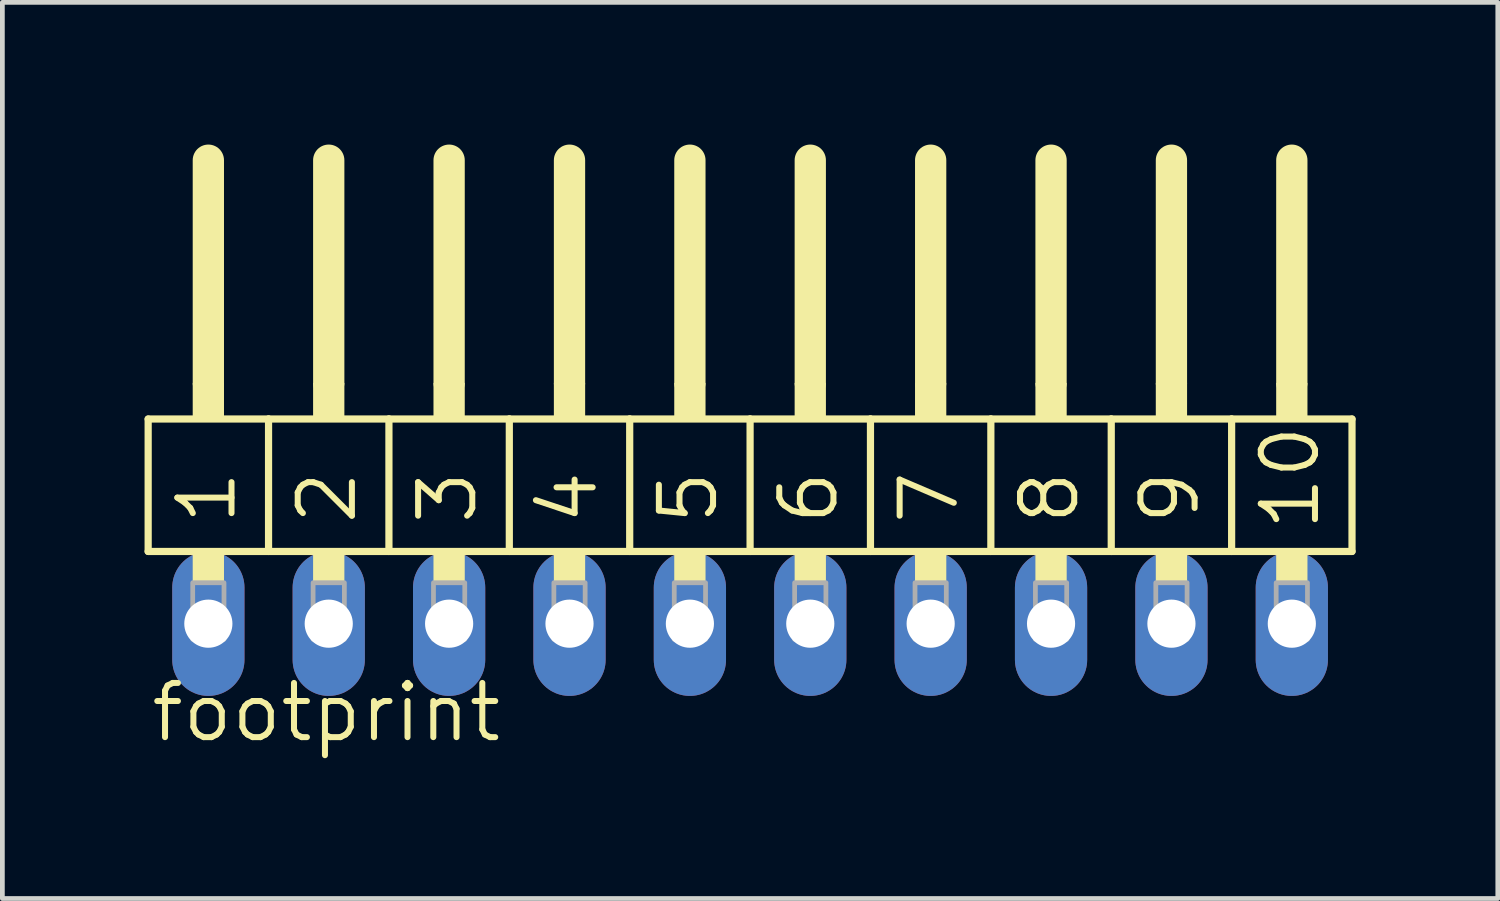
<source format=kicad_pcb>
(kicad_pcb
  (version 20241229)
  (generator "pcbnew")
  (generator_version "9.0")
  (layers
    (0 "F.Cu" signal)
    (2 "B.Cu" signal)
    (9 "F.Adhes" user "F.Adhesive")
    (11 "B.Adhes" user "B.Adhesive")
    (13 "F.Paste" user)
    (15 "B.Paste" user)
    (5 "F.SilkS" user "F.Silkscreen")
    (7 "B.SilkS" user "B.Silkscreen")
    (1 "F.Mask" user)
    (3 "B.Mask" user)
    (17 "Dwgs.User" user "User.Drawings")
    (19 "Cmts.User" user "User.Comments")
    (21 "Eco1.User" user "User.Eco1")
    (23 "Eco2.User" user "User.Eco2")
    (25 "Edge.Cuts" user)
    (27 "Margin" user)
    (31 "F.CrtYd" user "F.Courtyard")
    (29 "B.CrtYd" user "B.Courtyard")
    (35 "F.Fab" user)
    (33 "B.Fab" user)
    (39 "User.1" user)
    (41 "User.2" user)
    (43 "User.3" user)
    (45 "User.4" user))
  (footprint "footprint"
    (layer "F.Cu")
    (at 12.776 10.109)
    (property "Reference" "footprint" (at -12.7 2.54 0) (layer "F.SilkS") (effects (font (size 1.143 1.143) (thickness 0.127)) (justify left bottom)))
    (fp_line (start -12.7 -4.318) (end -10.16 -4.318) (stroke (width 0.152) (type solid)) (layer "F.SilkS"))
    (fp_line (start -12.7 -1.524) (end -12.7 -4.318) (stroke (width 0.152) (type solid)) (layer "F.SilkS"))
    (fp_line (start -11.43 -5.08) (end -11.43 -9.779) (stroke (width 0.66) (type solid)) (layer "F.SilkS"))
    (fp_line (start -10.16 -4.318) (end -7.62 -4.318) (stroke (width 0.152) (type solid)) (layer "F.SilkS"))
    (fp_line (start -10.16 -1.524) (end -12.7 -1.524) (stroke (width 0.152) (type solid)) (layer "F.SilkS"))
    (fp_line (start -10.16 -1.524) (end -10.16 -4.318) (stroke (width 0.152) (type solid)) (layer "F.SilkS"))
    (fp_line (start -10.16 -1.524) (end -7.62 -1.524) (stroke (width 0.152) (type solid)) (layer "F.SilkS"))
    (fp_line (start -8.89 -5.08) (end -8.89 -9.779) (stroke (width 0.66) (type solid)) (layer "F.SilkS"))
    (fp_line (start -7.62 -4.318) (end -5.08 -4.318) (stroke (width 0.152) (type solid)) (layer "F.SilkS"))
    (fp_line (start -7.62 -1.524) (end -7.62 -4.318) (stroke (width 0.152) (type solid)) (layer "F.SilkS"))
    (fp_line (start -6.35 -5.08) (end -6.35 -9.779) (stroke (width 0.66) (type solid)) (layer "F.SilkS"))
    (fp_line (start -5.08 -4.318) (end -2.54 -4.318) (stroke (width 0.152) (type solid)) (layer "F.SilkS"))
    (fp_line (start -5.08 -1.524) (end -7.62 -1.524) (stroke (width 0.152) (type solid)) (layer "F.SilkS"))
    (fp_line (start -5.08 -1.524) (end -5.08 -4.318) (stroke (width 0.152) (type solid)) (layer "F.SilkS"))
    (fp_line (start -3.81 -5.08) (end -3.81 -9.779) (stroke (width 0.66) (type solid)) (layer "F.SilkS"))
    (fp_line (start -2.54 -4.318) (end 0 -4.318) (stroke (width 0.152) (type solid)) (layer "F.SilkS"))
    (fp_line (start -2.54 -1.524) (end -5.08 -1.524) (stroke (width 0.152) (type solid)) (layer "F.SilkS"))
    (fp_line (start -2.54 -1.524) (end -2.54 -4.318) (stroke (width 0.152) (type solid)) (layer "F.SilkS"))
    (fp_line (start -1.27 -5.08) (end -1.27 -9.779) (stroke (width 0.66) (type solid)) (layer "F.SilkS"))
    (fp_line (start 0 -4.318) (end 2.54 -4.318) (stroke (width 0.152) (type solid)) (layer "F.SilkS"))
    (fp_line (start 0 -1.524) (end -2.54 -1.524) (stroke (width 0.152) (type solid)) (layer "F.SilkS"))
    (fp_line (start 0 -1.524) (end 0 -4.318) (stroke (width 0.152) (type solid)) (layer "F.SilkS"))
    (fp_line (start 1.27 -5.08) (end 1.27 -9.779) (stroke (width 0.66) (type solid)) (layer "F.SilkS"))
    (fp_line (start 2.54 -4.318) (end 5.08 -4.318) (stroke (width 0.152) (type solid)) (layer "F.SilkS"))
    (fp_line (start 2.54 -1.524) (end 0 -1.524) (stroke (width 0.152) (type solid)) (layer "F.SilkS"))
    (fp_line (start 2.54 -1.524) (end 2.54 -4.318) (stroke (width 0.152) (type solid)) (layer "F.SilkS"))
    (fp_line (start 2.54 -1.524) (end 5.08 -1.524) (stroke (width 0.152) (type solid)) (layer "F.SilkS"))
    (fp_line (start 3.81 -5.08) (end 3.81 -9.779) (stroke (width 0.66) (type solid)) (layer "F.SilkS"))
    (fp_line (start 5.08 -4.318) (end 7.62 -4.318) (stroke (width 0.152) (type solid)) (layer "F.SilkS"))
    (fp_line (start 5.08 -1.524) (end 5.08 -4.318) (stroke (width 0.152) (type solid)) (layer "F.SilkS"))
    (fp_line (start 6.35 -5.08) (end 6.35 -9.779) (stroke (width 0.66) (type solid)) (layer "F.SilkS"))
    (fp_line (start 7.62 -4.318) (end 10.16 -4.318) (stroke (width 0.152) (type solid)) (layer "F.SilkS"))
    (fp_line (start 7.62 -1.524) (end 5.08 -1.524) (stroke (width 0.152) (type solid)) (layer "F.SilkS"))
    (fp_line (start 7.62 -1.524) (end 7.62 -4.318) (stroke (width 0.152) (type solid)) (layer "F.SilkS"))
    (fp_line (start 8.89 -5.08) (end 8.89 -9.779) (stroke (width 0.66) (type solid)) (layer "F.SilkS"))
    (fp_line (start 10.16 -4.318) (end 12.7 -4.318) (stroke (width 0.152) (type solid)) (layer "F.SilkS"))
    (fp_line (start 10.16 -1.524) (end 7.62 -1.524) (stroke (width 0.152) (type solid)) (layer "F.SilkS"))
    (fp_line (start 10.16 -1.524) (end 10.16 -4.318) (stroke (width 0.152) (type solid)) (layer "F.SilkS"))
    (fp_line (start 11.43 -5.08) (end 11.43 -9.779) (stroke (width 0.66) (type solid)) (layer "F.SilkS"))
    (fp_line (start 12.7 -1.524) (end 10.16 -1.524) (stroke (width 0.152) (type solid)) (layer "F.SilkS"))
    (fp_line (start 12.7 -1.524) (end 12.7 -4.318) (stroke (width 0.152) (type solid)) (layer "F.SilkS"))
    (fp_poly (pts (xy -11.76 -4.318) (xy -11.1 -4.318) (xy -11.1 -5.08) (xy -11.76 -5.08)) (stroke (width 0) (type solid)) (fill yes) (layer "F.SilkS"))
    (fp_poly (pts (xy -11.76 -0.864) (xy -11.1 -0.864) (xy -11.1 -1.524) (xy -11.76 -1.524)) (stroke (width 0) (type solid)) (fill yes) (layer "F.SilkS"))
    (fp_poly (pts (xy -9.22 -4.318) (xy -8.56 -4.318) (xy -8.56 -5.08) (xy -9.22 -5.08)) (stroke (width 0) (type solid)) (fill yes) (layer "F.SilkS"))
    (fp_poly (pts (xy -9.22 -0.864) (xy -8.56 -0.864) (xy -8.56 -1.524) (xy -9.22 -1.524)) (stroke (width 0) (type solid)) (fill yes) (layer "F.SilkS"))
    (fp_poly (pts (xy -6.68 -4.318) (xy -6.02 -4.318) (xy -6.02 -5.08) (xy -6.68 -5.08)) (stroke (width 0) (type solid)) (fill yes) (layer "F.SilkS"))
    (fp_poly (pts (xy -6.68 -0.864) (xy -6.02 -0.864) (xy -6.02 -1.524) (xy -6.68 -1.524)) (stroke (width 0) (type solid)) (fill yes) (layer "F.SilkS"))
    (fp_poly (pts (xy -4.14 -4.318) (xy -3.48 -4.318) (xy -3.48 -5.08) (xy -4.14 -5.08)) (stroke (width 0) (type solid)) (fill yes) (layer "F.SilkS"))
    (fp_poly (pts (xy -4.14 -0.864) (xy -3.48 -0.864) (xy -3.48 -1.524) (xy -4.14 -1.524)) (stroke (width 0) (type solid)) (fill yes) (layer "F.SilkS"))
    (fp_poly (pts (xy -1.6 -4.318) (xy -0.94 -4.318) (xy -0.94 -5.08) (xy -1.6 -5.08)) (stroke (width 0) (type solid)) (fill yes) (layer "F.SilkS"))
    (fp_poly (pts (xy -1.6 -0.864) (xy -0.94 -0.864) (xy -0.94 -1.524) (xy -1.6 -1.524)) (stroke (width 0) (type solid)) (fill yes) (layer "F.SilkS"))
    (fp_poly (pts (xy 0.94 -4.318) (xy 1.6 -4.318) (xy 1.6 -5.08) (xy 0.94 -5.08)) (stroke (width 0) (type solid)) (fill yes) (layer "F.SilkS"))
    (fp_poly (pts (xy 0.94 -0.864) (xy 1.6 -0.864) (xy 1.6 -1.524) (xy 0.94 -1.524)) (stroke (width 0) (type solid)) (fill yes) (layer "F.SilkS"))
    (fp_poly (pts (xy 3.48 -4.318) (xy 4.14 -4.318) (xy 4.14 -5.08) (xy 3.48 -5.08)) (stroke (width 0) (type solid)) (fill yes) (layer "F.SilkS"))
    (fp_poly (pts (xy 3.48 -0.864) (xy 4.14 -0.864) (xy 4.14 -1.524) (xy 3.48 -1.524)) (stroke (width 0) (type solid)) (fill yes) (layer "F.SilkS"))
    (fp_poly (pts (xy 6.02 -4.318) (xy 6.68 -4.318) (xy 6.68 -5.08) (xy 6.02 -5.08)) (stroke (width 0) (type solid)) (fill yes) (layer "F.SilkS"))
    (fp_poly (pts (xy 6.02 -0.864) (xy 6.68 -0.864) (xy 6.68 -1.524) (xy 6.02 -1.524)) (stroke (width 0) (type solid)) (fill yes) (layer "F.SilkS"))
    (fp_poly (pts (xy 8.56 -4.318) (xy 9.22 -4.318) (xy 9.22 -5.08) (xy 8.56 -5.08)) (stroke (width 0) (type solid)) (fill yes) (layer "F.SilkS"))
    (fp_poly (pts (xy 8.56 -0.864) (xy 9.22 -0.864) (xy 9.22 -1.524) (xy 8.56 -1.524)) (stroke (width 0) (type solid)) (fill yes) (layer "F.SilkS"))
    (fp_poly (pts (xy 11.1 -4.318) (xy 11.76 -4.318) (xy 11.76 -5.08) (xy 11.1 -5.08)) (stroke (width 0) (type solid)) (fill yes) (layer "F.SilkS"))
    (fp_poly (pts (xy 11.1 -0.864) (xy 11.76 -0.864) (xy 11.76 -1.524) (xy 11.1 -1.524)) (stroke (width 0) (type solid)) (fill yes) (layer "F.SilkS"))
    (fp_poly (pts (xy -11.76 0.33) (xy -11.1 0.33) (xy -11.1 -0.864) (xy -11.76 -0.864)) (stroke (width 0.1) (type solid)) (fill no) (layer "F.Fab"))
    (fp_poly (pts (xy -9.22 0.33) (xy -8.56 0.33) (xy -8.56 -0.864) (xy -9.22 -0.864)) (stroke (width 0.1) (type solid)) (fill no) (layer "F.Fab"))
    (fp_poly (pts (xy -6.68 0.33) (xy -6.02 0.33) (xy -6.02 -0.864) (xy -6.68 -0.864)) (stroke (width 0.1) (type solid)) (fill no) (layer "F.Fab"))
    (fp_poly (pts (xy -4.14 0.33) (xy -3.48 0.33) (xy -3.48 -0.864) (xy -4.14 -0.864)) (stroke (width 0.1) (type solid)) (fill no) (layer "F.Fab"))
    (fp_poly (pts (xy -1.6 0.33) (xy -0.94 0.33) (xy -0.94 -0.864) (xy -1.6 -0.864)) (stroke (width 0.1) (type solid)) (fill no) (layer "F.Fab"))
    (fp_poly (pts (xy 0.94 0.33) (xy 1.6 0.33) (xy 1.6 -0.864) (xy 0.94 -0.864)) (stroke (width 0.1) (type solid)) (fill no) (layer "F.Fab"))
    (fp_poly (pts (xy 3.48 0.33) (xy 4.14 0.33) (xy 4.14 -0.864) (xy 3.48 -0.864)) (stroke (width 0.1) (type solid)) (fill no) (layer "F.Fab"))
    (fp_poly (pts (xy 6.02 0.33) (xy 6.68 0.33) (xy 6.68 -0.864) (xy 6.02 -0.864)) (stroke (width 0.1) (type solid)) (fill no) (layer "F.Fab"))
    (fp_poly (pts (xy 8.56 0.33) (xy 9.22 0.33) (xy 9.22 -0.864) (xy 8.56 -0.864)) (stroke (width 0.1) (type solid)) (fill no) (layer "F.Fab"))
    (fp_poly (pts (xy 11.1 0.33) (xy 11.76 0.33) (xy 11.76 -0.864) (xy 11.1 -0.864)) (stroke (width 0.1) (type solid)) (fill no) (layer "F.Fab"))
    (fp_text user "7" (at 4.445 -2.032 90) (layer "F.SilkS") (effects (font (size 1.143 1.143) (thickness 0.127)) (justify left bottom)))
    (fp_text user "5" (at -0.635 -2.032 90) (layer "F.SilkS") (effects (font (size 1.143 1.143) (thickness 0.127)) (justify left bottom)))
    (fp_text user "1" (at -10.795 -2.032 90) (layer "F.SilkS") (effects (font (size 1.143 1.143) (thickness 0.127)) (justify left bottom)))
    (fp_text user "2" (at -8.255 -2.032 90) (layer "F.SilkS") (effects (font (size 1.143 1.143) (thickness 0.127)) (justify left bottom)))
    (fp_text user "4" (at -3.175 -2.032 90) (layer "F.SilkS") (effects (font (size 1.143 1.143) (thickness 0.127)) (justify left bottom)))
    (fp_text user "9" (at 9.525 -2.032 90) (layer "F.SilkS") (effects (font (size 1.143 1.143) (thickness 0.127)) (justify left bottom)))
    (fp_text user "8" (at 6.985 -2.032 90) (layer "F.SilkS") (effects (font (size 1.143 1.143) (thickness 0.127)) (justify left bottom)))
    (fp_text user "6" (at 1.905 -2.032 90) (layer "F.SilkS") (effects (font (size 1.143 1.143) (thickness 0.127)) (justify left bottom)))
    (fp_text user "10" (at 12.065 -1.905 90) (layer "F.SilkS") (effects (font (size 1.143 1.143) (thickness 0.127)) (justify left bottom)))
    (fp_text user "3" (at -5.715 -2.032 90) (layer "F.SilkS") (effects (font (size 1.143 1.143) (thickness 0.127)) (justify left bottom)))
    (pad "1" thru_hole oval (at -11.43 0 90) (size 3.048 1.524) (drill 1.016) (layers "*.Cu" "*.Mask"))
    (pad "2" thru_hole oval (at -8.89 0 90) (size 3.048 1.524) (drill 1.016) (layers "*.Cu" "*.Mask"))
    (pad "3" thru_hole oval (at -6.35 0 90) (size 3.048 1.524) (drill 1.016) (layers "*.Cu" "*.Mask"))
    (pad "4" thru_hole oval (at -3.81 0 90) (size 3.048 1.524) (drill 1.016) (layers "*.Cu" "*.Mask"))
    (pad "5" thru_hole oval (at -1.27 0 90) (size 3.048 1.524) (drill 1.016) (layers "*.Cu" "*.Mask"))
    (pad "6" thru_hole oval (at 1.27 0 90) (size 3.048 1.524) (drill 1.016) (layers "*.Cu" "*.Mask"))
    (pad "7" thru_hole oval (at 3.81 0 90) (size 3.048 1.524) (drill 1.016) (layers "*.Cu" "*.Mask"))
    (pad "8" thru_hole oval (at 6.35 0 90) (size 3.048 1.524) (drill 1.016) (layers "*.Cu" "*.Mask"))
    (pad "9" thru_hole oval (at 8.89 0 90) (size 3.048 1.524) (drill 1.016) (layers "*.Cu" "*.Mask"))
    (pad "10" thru_hole oval (at 11.43 0 90) (size 3.048 1.524) (drill 1.016) (layers "*.Cu" "*.Mask")))
  (gr_rect
    (start -3 -3)
    (end 28.552 15.908)
    (stroke (width 0.1) (type default))
    (fill no)
    (layer "Edge.Cuts")))
</source>
